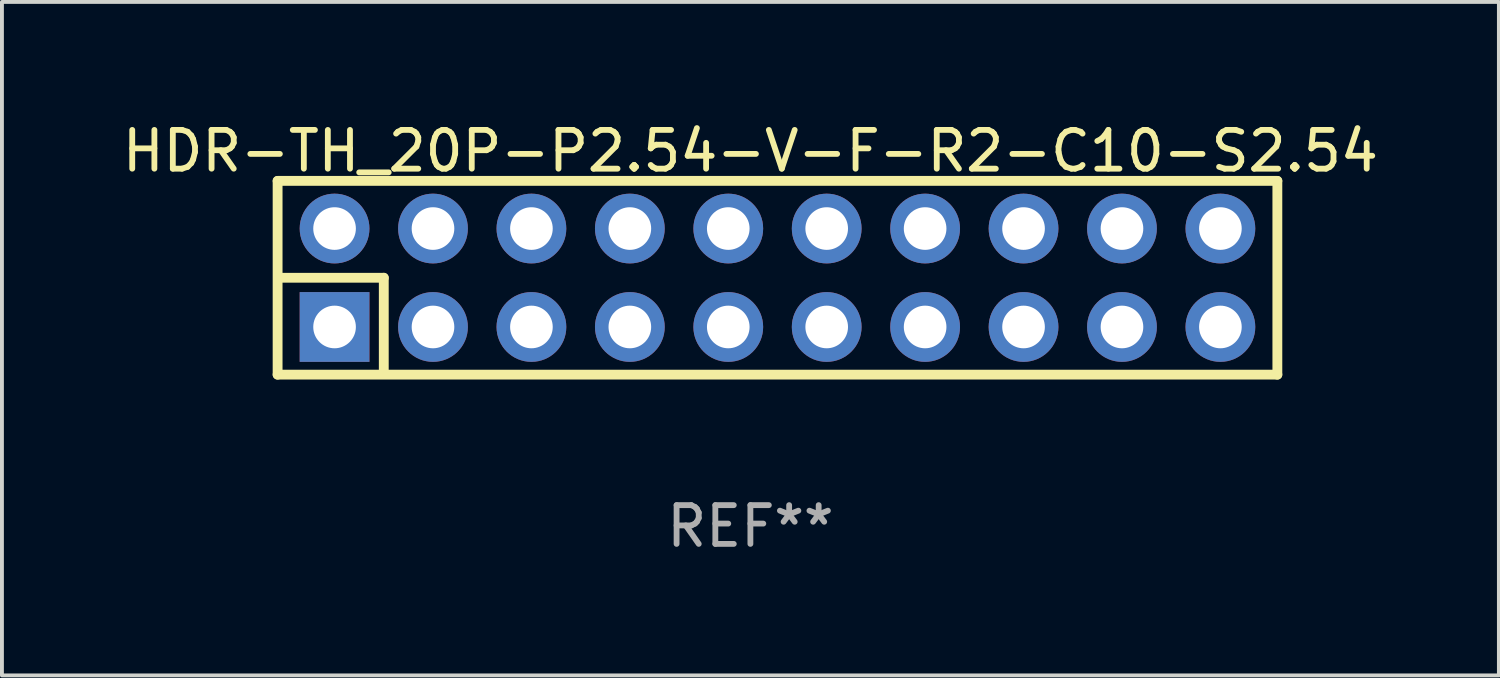
<source format=kicad_pcb>
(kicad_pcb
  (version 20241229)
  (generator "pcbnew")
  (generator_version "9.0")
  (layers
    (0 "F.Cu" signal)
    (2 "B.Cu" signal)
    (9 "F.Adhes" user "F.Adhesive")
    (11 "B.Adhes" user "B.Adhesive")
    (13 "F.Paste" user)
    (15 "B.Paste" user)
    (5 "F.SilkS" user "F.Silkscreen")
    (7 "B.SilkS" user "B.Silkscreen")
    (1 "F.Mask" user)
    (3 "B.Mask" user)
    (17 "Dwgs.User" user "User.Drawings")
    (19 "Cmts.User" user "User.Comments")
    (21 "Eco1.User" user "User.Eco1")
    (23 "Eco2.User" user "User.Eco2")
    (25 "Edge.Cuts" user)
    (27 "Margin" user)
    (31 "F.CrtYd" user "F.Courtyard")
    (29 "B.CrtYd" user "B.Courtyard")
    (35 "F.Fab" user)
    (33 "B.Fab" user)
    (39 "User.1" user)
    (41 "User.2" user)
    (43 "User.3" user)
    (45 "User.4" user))
  (footprint "HDR-TH_20P-P2.54-V-F-R2-C10-S2.54"
    (layer "F.Cu")
    (at 17.014 4.118)
    (property "Reference" "HDR-TH_20P-P2.54-V-F-R2-C10-S2.54" (at -0.699 -3.27 0) (layer "F.SilkS") (effects (font (size 1 1) (thickness 0.15))))
    (attr through_hole)
    (fp_line (start -12.9 -2.5) (end -12.9 2.5) (stroke (width 0.254) (type solid)) (layer "F.SilkS"))
    (fp_line (start -12.9 2.5) (end 12.9 2.5) (stroke (width 0.254) (type solid)) (layer "F.SilkS"))
    (fp_line (start -12.827 0) (end -10.16 0) (stroke (width 0.254) (type solid)) (layer "F.SilkS"))
    (fp_line (start -10.16 0) (end -10.16 2.413) (stroke (width 0.254) (type solid)) (layer "F.SilkS"))
    (fp_line (start 12.9 -2.5) (end -12.9 -2.5) (stroke (width 0.254) (type solid)) (layer "F.SilkS"))
    (fp_line (start 12.9 2.5) (end 12.9 -2.5) (stroke (width 0.254) (type solid)) (layer "F.SilkS"))
    (fp_circle (center -12.95 2.5) (end -12.92 2.5) (stroke (width 0.06) (type solid)) (fill no) (layer "F.SilkS"))
    (fp_text user "REF**" (at -0.699 6.413 0) (layer "F.Fab") (effects (font (size 1 1) (thickness 0.15))))
    (pad "1" thru_hole rect (at -11.43 1.27) (size 1.8 1.8) (drill 1.1) (layers "*.Cu" "*.Mask"))
    (pad "2" thru_hole circle (at -11.43 -1.27) (size 1.8 1.8) (drill 1.1) (layers "*.Cu" "*.Mask"))
    (pad "3" thru_hole circle (at -8.89 1.27) (size 1.8 1.8) (drill 1.1) (layers "*.Cu" "*.Mask"))
    (pad "4" thru_hole circle (at -8.89 -1.27) (size 1.8 1.8) (drill 1.1) (layers "*.Cu" "*.Mask"))
    (pad "5" thru_hole circle (at -6.35 1.27) (size 1.8 1.8) (drill 1.1) (layers "*.Cu" "*.Mask"))
    (pad "6" thru_hole circle (at -6.35 -1.27) (size 1.8 1.8) (drill 1.1) (layers "*.Cu" "*.Mask"))
    (pad "7" thru_hole circle (at -3.81 1.27) (size 1.8 1.8) (drill 1.1) (layers "*.Cu" "*.Mask"))
    (pad "8" thru_hole circle (at -3.81 -1.27) (size 1.8 1.8) (drill 1.1) (layers "*.Cu" "*.Mask"))
    (pad "9" thru_hole circle (at -1.27 1.27) (size 1.8 1.8) (drill 1.1) (layers "*.Cu" "*.Mask"))
    (pad "10" thru_hole circle (at -1.27 -1.27) (size 1.8 1.8) (drill 1.1) (layers "*.Cu" "*.Mask"))
    (pad "11" thru_hole circle (at 1.27 1.27) (size 1.8 1.8) (drill 1.1) (layers "*.Cu" "*.Mask"))
    (pad "12" thru_hole circle (at 1.27 -1.27) (size 1.8 1.8) (drill 1.1) (layers "*.Cu" "*.Mask"))
    (pad "13" thru_hole circle (at 3.81 1.27) (size 1.8 1.8) (drill 1.1) (layers "*.Cu" "*.Mask"))
    (pad "14" thru_hole circle (at 3.81 -1.27) (size 1.8 1.8) (drill 1.1) (layers "*.Cu" "*.Mask"))
    (pad "15" thru_hole circle (at 6.35 1.27) (size 1.8 1.8) (drill 1.1) (layers "*.Cu" "*.Mask"))
    (pad "16" thru_hole circle (at 6.35 -1.27) (size 1.8 1.8) (drill 1.1) (layers "*.Cu" "*.Mask"))
    (pad "17" thru_hole circle (at 8.89 1.27) (size 1.8 1.8) (drill 1.1) (layers "*.Cu" "*.Mask"))
    (pad "18" thru_hole circle (at 8.89 -1.27) (size 1.8 1.8) (drill 1.1) (layers "*.Cu" "*.Mask"))
    (pad "19" thru_hole circle (at 11.43 1.27) (size 1.8 1.8) (drill 1.1) (layers "*.Cu" "*.Mask"))
    (pad "20" thru_hole circle (at 11.43 -1.27) (size 1.8 1.8) (drill 1.1) (layers "*.Cu" "*.Mask")))
  (gr_rect
    (start -3 -3)
    (end 35.631 14.38)
    (stroke (width 0.1) (type default))
    (fill no)
    (layer "Edge.Cuts")))
</source>
